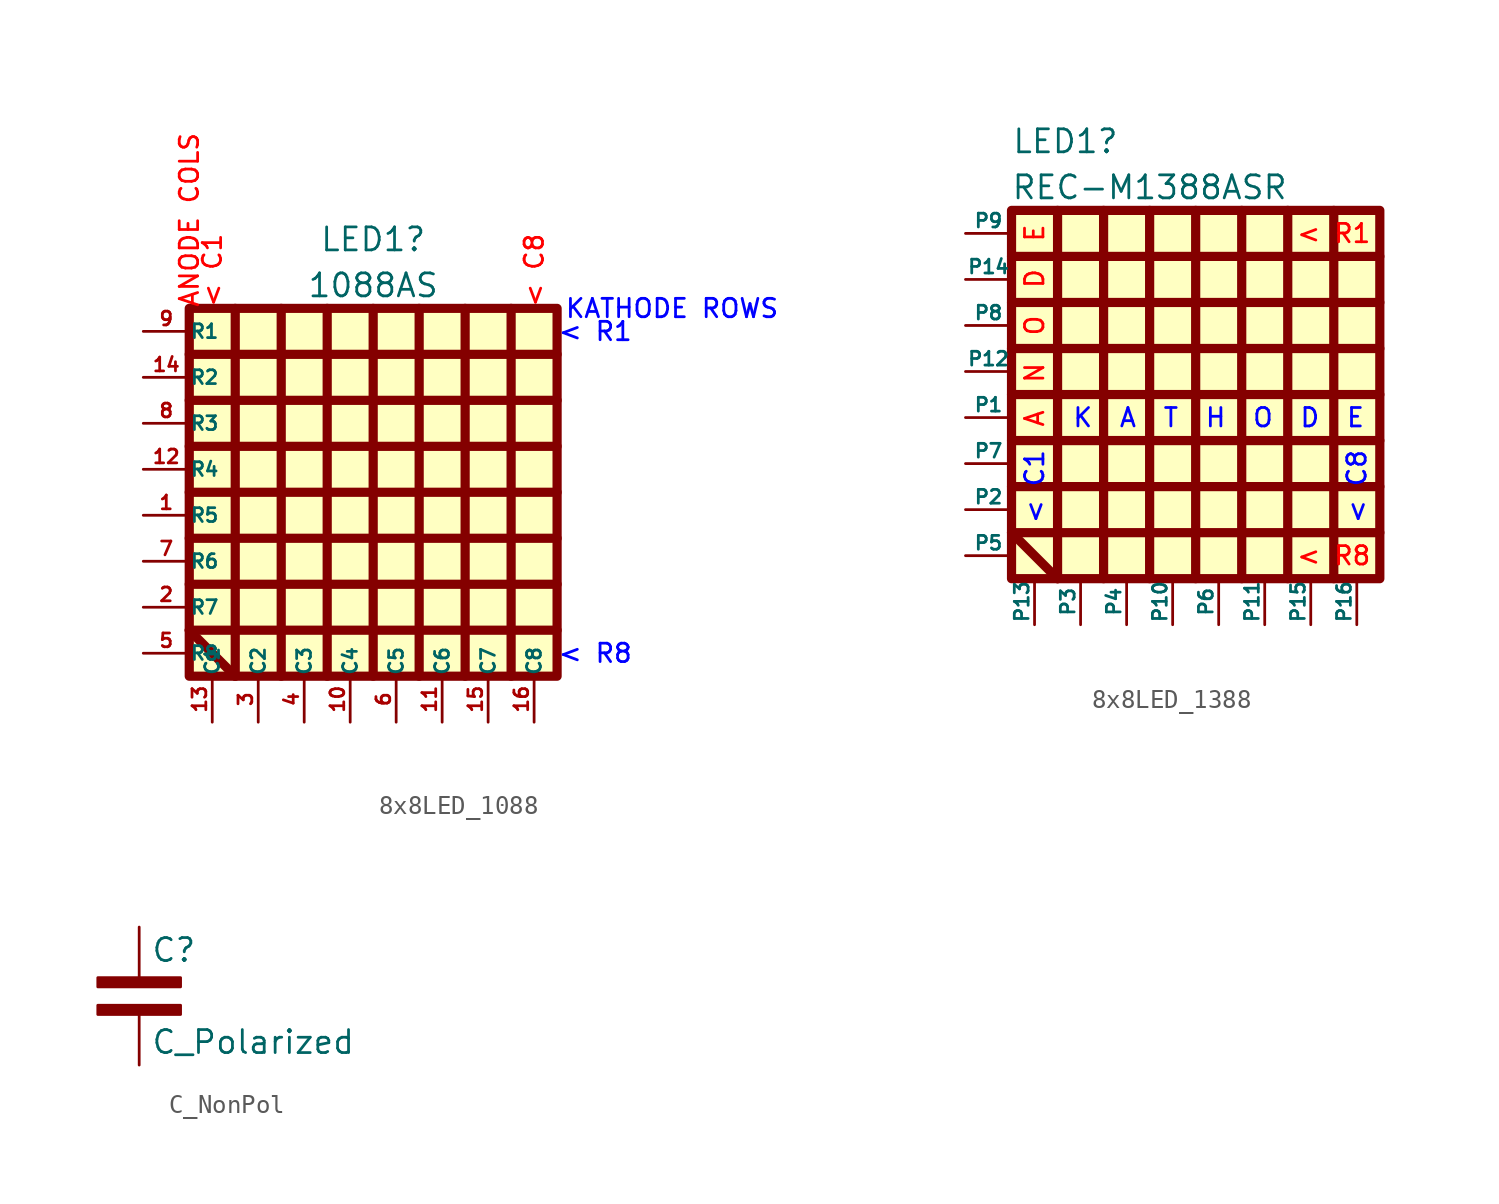
<source format=kicad_sym>
(kicad_symbol_lib
  (version 20220914)
  (generator kicad_symbol_editor)
  (symbol "8x8LED_1088"
    (pin_names
      (offset 0.002))
    (property "Reference" "LED1"
      (at 12.7 5.08 0)
      (effects (font (size 1.27 1.27))))
    (property "Value" "1088AS"
      (at 12.7 2.54 0)
      (effects (font (size 1.27 1.27))))
    (symbol "8x8LED_1088_1_1"
      (polyline (pts (xy 2.54 -16.51) (xy 5.08 -19.05)) (stroke (width 0.508) (type default)) (fill (type none)))
      (polyline (pts (xy 2.54 -16.51) (xy 22.86 -16.51)) (stroke (width 0.508) (type default)) (fill (type none)))
      (polyline (pts (xy 2.54 -13.97) (xy 22.86 -13.97)) (stroke (width 0.508) (type default)) (fill (type none)))
      (polyline (pts (xy 2.54 -11.43) (xy 22.86 -11.43)) (stroke (width 0.508) (type default)) (fill (type none)))
      (polyline (pts (xy 2.54 -8.89) (xy 22.86 -8.89)) (stroke (width 0.508) (type default)) (fill (type none)))
      (polyline (pts (xy 2.54 -6.35) (xy 22.86 -6.35)) (stroke (width 0.508) (type default)) (fill (type none)))
      (polyline (pts (xy 2.54 -3.81) (xy 22.86 -3.81)) (stroke (width 0.508) (type default)) (fill (type none)))
      (polyline (pts (xy 2.54 -1.27) (xy 22.86 -1.27)) (stroke (width 0.508) (type default)) (fill (type none)))
      (polyline (pts (xy 5.08 -19.05) (xy 5.08 1.27)) (stroke (width 0.508) (type default)) (fill (type none)))
      (polyline (pts (xy 7.62 -19.05) (xy 7.62 1.27)) (stroke (width 0.508) (type default)) (fill (type none)))
      (polyline (pts (xy 10.16 -19.05) (xy 10.16 1.27)) (stroke (width 0.508) (type default)) (fill (type none)))
      (polyline (pts (xy 12.7 -19.05) (xy 12.7 1.27)) (stroke (width 0.508) (type default)) (fill (type none)))
      (polyline (pts (xy 15.24 -19.05) (xy 15.24 1.27)) (stroke (width 0.508) (type default)) (fill (type none)))
      (polyline (pts (xy 17.78 -19.05) (xy 17.78 1.27)) (stroke (width 0.508) (type default)) (fill (type none)))
      (polyline (pts (xy 20.32 -19.05) (xy 20.32 1.27)) (stroke (width 0.508) (type default)) (fill (type none)))
      (rectangle (start 2.54 1.27) (end 22.86 -19.05) (stroke (width 0.508) (type default)) (fill (type background)))
      (text "< C1" (at 3.81 1.27 900) (effects (font (size 1.016 1.016) (color 255 0 0 1)) (justify left)))
      (text "< C8" (at 21.59 1.27 900) (effects (font (size 1.016 1.016) (color 255 0 0 1)) (justify left)))
      (text "< R1" (at 22.86 0 0) (effects (font (size 1.016 1.016) (color 0 0 255 1)) (justify left)))
      (text "< R8" (at 22.86 -17.78 0) (effects (font (size 1.016 1.016) (color 0 0 255 1)) (justify left)))
      (text "ANODE COLS" (at 2.54 1.27 900) (effects (font (size 1.016 1.016) (color 255 0 0 1)) (justify left)))
      (text "KATHODE ROWS" (at 29.21 1.27 0) (effects (font (size 1.016 1.016) (color 0 0 255 1))))
      (pin passive line (at 0 -10.16 0) (length 2.54) (name "R5" (effects (font (size 0.762 0.762)))) (number "1" (effects (font (size 0.762 0.762)))))
      (pin passive line (at 11.43 -21.59 90) (length 2.54) (name "C4" (effects (font (size 0.762 0.762)))) (number "10" (effects (font (size 0.762 0.762)))))
      (pin passive line (at 16.51 -21.59 90) (length 2.54) (name "C6" (effects (font (size 0.762 0.762)))) (number "11" (effects (font (size 0.762 0.762)))))
      (pin passive line (at 0 -7.62 0) (length 2.54) (name "R4" (effects (font (size 0.762 0.762)))) (number "12" (effects (font (size 0.762 0.762)))))
      (pin passive line (at 3.81 -21.59 90) (length 2.54) (name "C1" (effects (font (size 0.762 0.762)))) (number "13" (effects (font (size 0.762 0.762)))))
      (pin passive line (at 0 -2.54 0) (length 2.54) (name "R2" (effects (font (size 0.762 0.762)))) (number "14" (effects (font (size 0.762 0.762)))))
      (pin passive line (at 19.05 -21.59 90) (length 2.54) (name "C7" (effects (font (size 0.762 0.762)))) (number "15" (effects (font (size 0.762 0.762)))))
      (pin passive line (at 21.59 -21.59 90) (length 2.54) (name "C8" (effects (font (size 0.762 0.762)))) (number "16" (effects (font (size 0.762 0.762)))))
      (pin passive line (at 0 -15.24 0) (length 2.54) (name "R7" (effects (font (size 0.762 0.762)))) (number "2" (effects (font (size 0.762 0.762)))))
      (pin passive line (at 6.35 -21.59 90) (length 2.54) (name "C2" (effects (font (size 0.762 0.762)))) (number "3" (effects (font (size 0.762 0.762)))))
      (pin passive line (at 8.89 -21.59 90) (length 2.54) (name "C3" (effects (font (size 0.762 0.762)))) (number "4" (effects (font (size 0.762 0.762)))))
      (pin passive line (at 0 -17.78 0) (length 2.54) (name "R8" (effects (font (size 0.762 0.762)))) (number "5" (effects (font (size 0.762 0.762)))))
      (pin passive line (at 13.97 -21.59 90) (length 2.54) (name "C5" (effects (font (size 0.762 0.762)))) (number "6" (effects (font (size 0.762 0.762)))))
      (pin passive line (at 0 -12.7 0) (length 2.54) (name "R6" (effects (font (size 0.762 0.762)))) (number "7" (effects (font (size 0.762 0.762)))))
      (pin passive line (at 0 -5.08 0) (length 2.54) (name "R3" (effects (font (size 0.762 0.762)))) (number "8" (effects (font (size 0.762 0.762)))))
      (pin passive line (at 0 0 0) (length 2.54) (name "R1" (effects (font (size 0.762 0.762)))) (number "9" (effects (font (size 0.762 0.762)))))))
  (symbol "8x8LED_1388"
    (pin_numbers hide)
    (pin_names
      (offset 0))
    (property "Reference" "LED1"
      (at 2.54 5.08 0)
      (effects (font (size 1.27 1.27)) (justify left)))
    (property "Value" "REC-M1388ASR"
      (at 10.16 2.54 0)
      (effects (font (size 1.27 1.27))))
    (symbol "8x8LED_1388_1_1"
      (polyline (pts (xy 2.54 -16.51) (xy 5.08 -19.05)) (stroke (width 0.508) (type default)) (fill (type none)))
      (polyline (pts (xy 2.54 -16.51) (xy 22.86 -16.51)) (stroke (width 0.508) (type default)) (fill (type none)))
      (polyline (pts (xy 2.54 -13.97) (xy 22.86 -13.97)) (stroke (width 0.508) (type default)) (fill (type none)))
      (polyline (pts (xy 2.54 -11.43) (xy 22.86 -11.43)) (stroke (width 0.508) (type default)) (fill (type none)))
      (polyline (pts (xy 2.54 -8.89) (xy 22.86 -8.89)) (stroke (width 0.508) (type default)) (fill (type none)))
      (polyline (pts (xy 2.54 -6.35) (xy 22.86 -6.35)) (stroke (width 0.508) (type default)) (fill (type none)))
      (polyline (pts (xy 2.54 -3.81) (xy 22.86 -3.81)) (stroke (width 0.508) (type default)) (fill (type none)))
      (polyline (pts (xy 2.54 -1.27) (xy 22.86 -1.27)) (stroke (width 0.508) (type default)) (fill (type none)))
      (polyline (pts (xy 5.08 -19.05) (xy 5.08 1.27)) (stroke (width 0.508) (type default)) (fill (type none)))
      (polyline (pts (xy 7.62 -19.05) (xy 7.62 1.27)) (stroke (width 0.508) (type default)) (fill (type none)))
      (polyline (pts (xy 10.16 -19.05) (xy 10.16 1.27)) (stroke (width 0.508) (type default)) (fill (type none)))
      (polyline (pts (xy 12.7 -19.05) (xy 12.7 1.27)) (stroke (width 0.508) (type default)) (fill (type none)))
      (polyline (pts (xy 15.24 -19.05) (xy 15.24 1.27)) (stroke (width 0.508) (type default)) (fill (type none)))
      (polyline (pts (xy 17.78 -19.05) (xy 17.78 1.27)) (stroke (width 0.508) (type default)) (fill (type none)))
      (polyline (pts (xy 20.32 -19.05) (xy 20.32 1.27)) (stroke (width 0.508) (type default)) (fill (type none)))
      (rectangle (start 2.54 1.27) (end 22.86 -19.05) (stroke (width 0.508) (type default)) (fill (type background)))
      (text "< C1" (at 3.81 -13.97 900) (effects (font (size 1.016 1.016) (color 0 0 255 1))))
      (text "< C8" (at 21.59 -13.97 900) (effects (font (size 1.016 1.016) (color 0 0 255 1))))
      (text "< R1" (at 20.32 0 0) (effects (font (size 1.016 1.016) (color 255 0 0 1))))
      (text "< R8" (at 20.32 -17.78 0) (effects (font (size 1.016 1.016) (color 255 0 0 1))))
      (text "A  N  O  D  E" (at 3.81 -5.08 900) (effects (font (size 1.016 1.016) (color 255 0 0 1))))
      (text "K  A  T  H  O  D  E" (at 13.97 -10.16 0) (effects (font (size 1.016 1.016) (color 0 0 255 1))))
      (pin passive line (at 0 -10.16 0) (length 2.54) (name "P1" (effects (font (size 0.762 0.762)))) (number "1" (effects (font (size 0.762 0.762)))))
      (pin passive line (at 11.43 -21.59 90) (length 2.54) (name "P10" (effects (font (size 0.762 0.762)))) (number "10" (effects (font (size 0.762 0.762)))))
      (pin passive line (at 16.51 -21.59 90) (length 2.54) (name "P11" (effects (font (size 0.762 0.762)))) (number "11" (effects (font (size 0.762 0.762)))))
      (pin passive line (at 0 -7.62 0) (length 2.54) (name "P12" (effects (font (size 0.762 0.762)))) (number "12" (effects (font (size 0.762 0.762)))))
      (pin passive line (at 3.81 -21.59 90) (length 2.54) (name "P13" (effects (font (size 0.762 0.762)))) (number "13" (effects (font (size 0.762 0.762)))))
      (pin passive line (at 0 -2.54 0) (length 2.54) (name "P14" (effects (font (size 0.762 0.762)))) (number "14" (effects (font (size 0.762 0.762)))))
      (pin passive line (at 19.05 -21.59 90) (length 2.54) (name "P15" (effects (font (size 0.762 0.762)))) (number "15" (effects (font (size 0.762 0.762)))))
      (pin passive line (at 21.59 -21.59 90) (length 2.54) (name "P16" (effects (font (size 0.762 0.762)))) (number "16" (effects (font (size 0.762 0.762)))))
      (pin passive line (at 0 -15.24 0) (length 2.54) (name "P2" (effects (font (size 0.762 0.762)))) (number "2" (effects (font (size 0.762 0.762)))))
      (pin passive line (at 6.35 -21.59 90) (length 2.54) (name "P3" (effects (font (size 0.762 0.762)))) (number "3" (effects (font (size 0.762 0.762)))))
      (pin passive line (at 8.89 -21.59 90) (length 2.54) (name "P4" (effects (font (size 0.762 0.762)))) (number "4" (effects (font (size 0.762 0.762)))))
      (pin passive line (at 0 -17.78 0) (length 2.54) (name "P5" (effects (font (size 0.762 0.762)))) (number "5" (effects (font (size 0.762 0.762)))))
      (pin passive line (at 13.97 -21.59 90) (length 2.54) (name "P6" (effects (font (size 0.762 0.762)))) (number "6" (effects (font (size 0.762 0.762)))))
      (pin passive line (at 0 -12.7 0) (length 2.54) (name "P7" (effects (font (size 0.762 0.762)))) (number "7" (effects (font (size 0.762 0.762)))))
      (pin passive line (at 0 -5.08 0) (length 2.54) (name "P8" (effects (font (size 0.762 0.762)))) (number "8" (effects (font (size 0.762 0.762)))))
      (pin passive line (at 0 0 0) (length 2.54) (name "P9" (effects (font (size 0.762 0.762)))) (number "9" (effects (font (size 0.762 0.762)))))))
  (symbol "C_NonPol"
    (pin_numbers hide)
    (pin_names
      (offset 0.254))
    (property "Reference" "C"
      (at 0.635 2.54 0)
      (effects (font (size 1.27 1.27)) (justify left)))
    (property "Value" "C_Polarized"
      (at 0.635 -2.54 0)
      (effects (font (size 1.27 1.27)) (justify left)))
    (symbol "C_NonPol_0_1"
      (rectangle (start 2.286 -0.508) (end -2.286 -1.016) (stroke (width 0) (type default)) (fill (type outline))))
    (symbol "C_NonPol_1_1"
      (rectangle (start -2.286 1.016) (end 2.286 0.508) (stroke (width 0) (type default)) (fill (type outline)))
      (pin passive line (at 0 3.81 270) (length 2.794) (name "~" (effects (font (size 1.27 1.27)))) (number "1" (effects (font (size 1.27 1.27)))))
      (pin passive line (at 0 -3.81 90) (length 2.794) (name "~" (effects (font (size 1.27 1.27)))) (number "2" (effects (font (size 1.27 1.27))))))))
</source>
